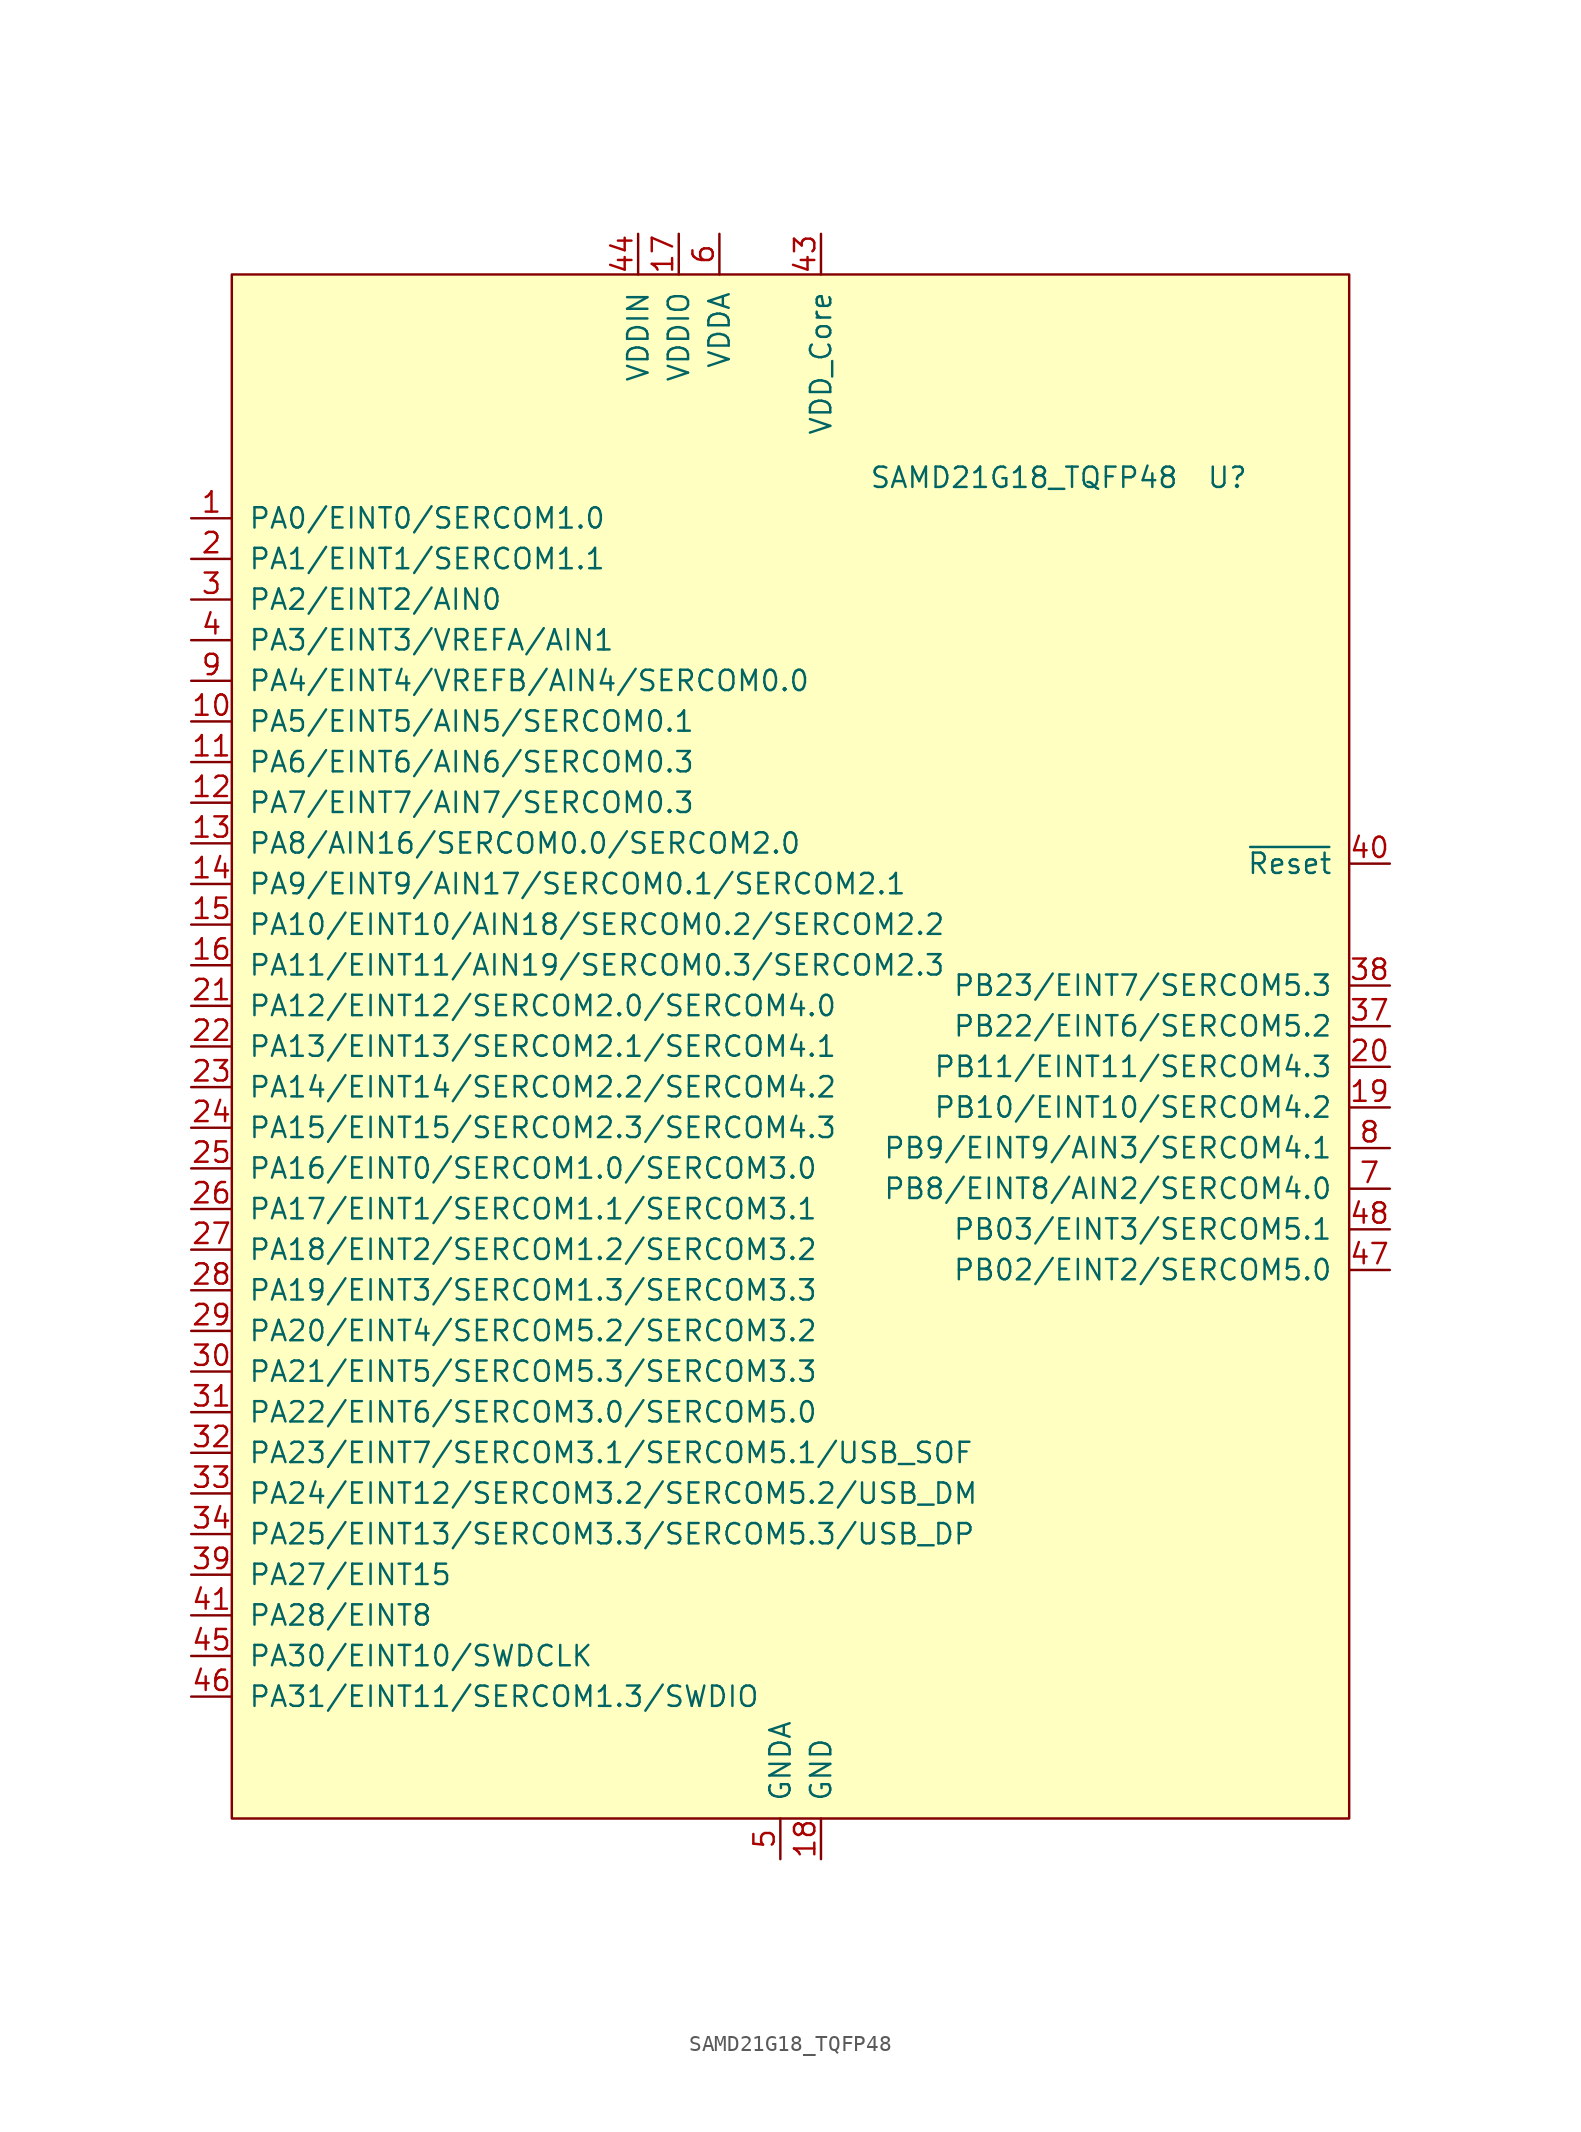
<source format=kicad_sym>
(kicad_symbol_lib
  (version 20210619)
  (generator kicad_symbol_editor)
  (symbol "Maxted Libs:SAMD21G18_TQFP48"
    (pin_names
      (offset 1.016))
    (property "Reference" "U"
      (at 27.94 39.37 0)
      (effects (font (size 1.27 1.27))))
    (property "Value" "SAMD21G18_TQFP48"
      (at 15.24 39.37 0)
      (effects (font (size 1.27 1.27))))
    (symbol "SAMD21G18_TQFP48_0_1"
      (rectangle (start -34.29 -44.45) (end 35.56 52.07) (stroke (width 0)) (fill (type background))))
    (symbol "SAMD21G18_TQFP48_1_1"
      (pin passive line (at -36.83 36.83 0) (length 2.54) (name "PA0/EINT0/SERCOM1.0" (effects (font (size 1.27 1.27)))) (number "1" (effects (font (size 1.27 1.27)))))
      (pin passive line (at -36.83 24.13 0) (length 2.54) (name "PA5/EINT5/AIN5/SERCOM0.1" (effects (font (size 1.27 1.27)))) (number "10" (effects (font (size 1.27 1.27)))))
      (pin passive line (at -36.83 21.59 0) (length 2.54) (name "PA6/EINT6/AIN6/SERCOM0.3" (effects (font (size 1.27 1.27)))) (number "11" (effects (font (size 1.27 1.27)))))
      (pin passive line (at -36.83 19.05 0) (length 2.54) (name "PA7/EINT7/AIN7/SERCOM0.3" (effects (font (size 1.27 1.27)))) (number "12" (effects (font (size 1.27 1.27)))))
      (pin passive line (at -36.83 16.51 0) (length 2.54) (name "PA8/AIN16/SERCOM0.0/SERCOM2.0" (effects (font (size 1.27 1.27)))) (number "13" (effects (font (size 1.27 1.27)))))
      (pin passive line (at -36.83 13.97 0) (length 2.54) (name "PA9/EINT9/AIN17/SERCOM0.1/SERCOM2.1" (effects (font (size 1.27 1.27)))) (number "14" (effects (font (size 1.27 1.27)))))
      (pin passive line (at -36.83 11.43 0) (length 2.54) (name "PA10/EINT10/AIN18/SERCOM0.2/SERCOM2.2" (effects (font (size 1.27 1.27)))) (number "15" (effects (font (size 1.27 1.27)))))
      (pin passive line (at -36.83 8.89 0) (length 2.54) (name "PA11/EINT11/AIN19/SERCOM0.3/SERCOM2.3" (effects (font (size 1.27 1.27)))) (number "16" (effects (font (size 1.27 1.27)))))
      (pin power_in line (at -6.35 54.61 270) (length 2.54) (name "VDDIO" (effects (font (size 1.27 1.27)))) (number "17" (effects (font (size 1.27 1.27)))))
      (pin power_in line (at 2.54 -46.99 90) (length 2.54) (name "GND" (effects (font (size 1.27 1.27)))) (number "18" (effects (font (size 1.27 1.27)))))
      (pin passive line (at 38.1 0 180) (length 2.54) (name "PB10/EINT10/SERCOM4.2" (effects (font (size 1.27 1.27)))) (number "19" (effects (font (size 1.27 1.27)))))
      (pin passive line (at -36.83 34.29 0) (length 2.54) (name "PA1/EINT1/SERCOM1.1" (effects (font (size 1.27 1.27)))) (number "2" (effects (font (size 1.27 1.27)))))
      (pin passive line (at 38.1 2.54 180) (length 2.54) (name "PB11/EINT11/SERCOM4.3" (effects (font (size 1.27 1.27)))) (number "20" (effects (font (size 1.27 1.27)))))
      (pin passive line (at -36.83 6.35 0) (length 2.54) (name "PA12/EINT12/SERCOM2.0/SERCOM4.0" (effects (font (size 1.27 1.27)))) (number "21" (effects (font (size 1.27 1.27)))))
      (pin passive line (at -36.83 3.81 0) (length 2.54) (name "PA13/EINT13/SERCOM2.1/SERCOM4.1" (effects (font (size 1.27 1.27)))) (number "22" (effects (font (size 1.27 1.27)))))
      (pin passive line (at -36.83 1.27 0) (length 2.54) (name "PA14/EINT14/SERCOM2.2/SERCOM4.2" (effects (font (size 1.27 1.27)))) (number "23" (effects (font (size 1.27 1.27)))))
      (pin passive line (at -36.83 -1.27 0) (length 2.54) (name "PA15/EINT15/SERCOM2.3/SERCOM4.3" (effects (font (size 1.27 1.27)))) (number "24" (effects (font (size 1.27 1.27)))))
      (pin passive line (at -36.83 -3.81 0) (length 2.54) (name "PA16/EINT0/SERCOM1.0/SERCOM3.0" (effects (font (size 1.27 1.27)))) (number "25" (effects (font (size 1.27 1.27)))))
      (pin passive line (at -36.83 -6.35 0) (length 2.54) (name "PA17/EINT1/SERCOM1.1/SERCOM3.1" (effects (font (size 1.27 1.27)))) (number "26" (effects (font (size 1.27 1.27)))))
      (pin passive line (at -36.83 -8.89 0) (length 2.54) (name "PA18/EINT2/SERCOM1.2/SERCOM3.2" (effects (font (size 1.27 1.27)))) (number "27" (effects (font (size 1.27 1.27)))))
      (pin passive line (at -36.83 -11.43 0) (length 2.54) (name "PA19/EINT3/SERCOM1.3/SERCOM3.3" (effects (font (size 1.27 1.27)))) (number "28" (effects (font (size 1.27 1.27)))))
      (pin passive line (at -36.83 -13.97 0) (length 2.54) (name "PA20/EINT4/SERCOM5.2/SERCOM3.2" (effects (font (size 1.27 1.27)))) (number "29" (effects (font (size 1.27 1.27)))))
      (pin passive line (at -36.83 31.75 0) (length 2.54) (name "PA2/EINT2/AIN0" (effects (font (size 1.27 1.27)))) (number "3" (effects (font (size 1.27 1.27)))))
      (pin passive line (at -36.83 -16.51 0) (length 2.54) (name "PA21/EINT5/SERCOM5.3/SERCOM3.3" (effects (font (size 1.27 1.27)))) (number "30" (effects (font (size 1.27 1.27)))))
      (pin passive line (at -36.83 -19.05 0) (length 2.54) (name "PA22/EINT6/SERCOM3.0/SERCOM5.0" (effects (font (size 1.27 1.27)))) (number "31" (effects (font (size 1.27 1.27)))))
      (pin passive line (at -36.83 -21.59 0) (length 2.54) (name "PA23/EINT7/SERCOM3.1/SERCOM5.1/USB_SOF" (effects (font (size 1.27 1.27)))) (number "32" (effects (font (size 1.27 1.27)))))
      (pin passive line (at -36.83 -24.13 0) (length 2.54) (name "PA24/EINT12/SERCOM3.2/SERCOM5.2/USB_DM" (effects (font (size 1.27 1.27)))) (number "33" (effects (font (size 1.27 1.27)))))
      (pin passive line (at -36.83 -26.67 0) (length 2.54) (name "PA25/EINT13/SERCOM3.3/SERCOM5.3/USB_DP" (effects (font (size 1.27 1.27)))) (number "34" (effects (font (size 1.27 1.27)))))
      (pin passive line (at 2.54 -46.99 90) (length 2.54) hide (name "GND" (effects (font (size 1.27 1.27)))) (number "35" (effects (font (size 1.27 1.27)))))
      (pin passive line (at -6.35 54.61 270) (length 2.54) hide (name "VDDIO" (effects (font (size 1.27 1.27)))) (number "36" (effects (font (size 1.27 1.27)))))
      (pin passive line (at 38.1 5.08 180) (length 2.54) (name "PB22/EINT6/SERCOM5.2" (effects (font (size 1.27 1.27)))) (number "37" (effects (font (size 1.27 1.27)))))
      (pin passive line (at 38.1 7.62 180) (length 2.54) (name "PB23/EINT7/SERCOM5.3" (effects (font (size 1.27 1.27)))) (number "38" (effects (font (size 1.27 1.27)))))
      (pin passive line (at -36.83 -29.21 0) (length 2.54) (name "PA27/EINT15" (effects (font (size 1.27 1.27)))) (number "39" (effects (font (size 1.27 1.27)))))
      (pin passive line (at -36.83 29.21 0) (length 2.54) (name "PA3/EINT3/VREFA/AIN1" (effects (font (size 1.27 1.27)))) (number "4" (effects (font (size 1.27 1.27)))))
      (pin input line (at 38.1 15.24 180) (length 2.54) (name "~{Reset}" (effects (font (size 1.27 1.27)))) (number "40" (effects (font (size 1.27 1.27)))))
      (pin passive line (at -36.83 -31.75 0) (length 2.54) (name "PA28/EINT8" (effects (font (size 1.27 1.27)))) (number "41" (effects (font (size 1.27 1.27)))))
      (pin passive line (at 2.54 -46.99 90) (length 2.54) hide (name "GND" (effects (font (size 1.27 1.27)))) (number "42" (effects (font (size 1.27 1.27)))))
      (pin power_out line (at 2.54 54.61 270) (length 2.54) (name "VDD_Core" (effects (font (size 1.27 1.27)))) (number "43" (effects (font (size 1.27 1.27)))))
      (pin power_in line (at -8.89 54.61 270) (length 2.54) (name "VDDIN" (effects (font (size 1.27 1.27)))) (number "44" (effects (font (size 1.27 1.27)))))
      (pin passive line (at -36.83 -34.29 0) (length 2.54) (name "PA30/EINT10/SWDCLK" (effects (font (size 1.27 1.27)))) (number "45" (effects (font (size 1.27 1.27)))))
      (pin passive line (at -36.83 -36.83 0) (length 2.54) (name "PA31/EINT11/SERCOM1.3/SWDIO" (effects (font (size 1.27 1.27)))) (number "46" (effects (font (size 1.27 1.27)))))
      (pin passive line (at 38.1 -10.16 180) (length 2.54) (name "PB02/EINT2/SERCOM5.0" (effects (font (size 1.27 1.27)))) (number "47" (effects (font (size 1.27 1.27)))))
      (pin passive line (at 38.1 -7.62 180) (length 2.54) (name "PB03/EINT3/SERCOM5.1" (effects (font (size 1.27 1.27)))) (number "48" (effects (font (size 1.27 1.27)))))
      (pin power_in line (at 0 -46.99 90) (length 2.54) (name "GNDA" (effects (font (size 1.27 1.27)))) (number "5" (effects (font (size 1.27 1.27)))))
      (pin power_in line (at -3.81 54.61 270) (length 2.54) (name "VDDA" (effects (font (size 1.27 1.27)))) (number "6" (effects (font (size 1.27 1.27)))))
      (pin passive line (at 38.1 -5.08 180) (length 2.54) (name "PB8/EINT8/AIN2/SERCOM4.0" (effects (font (size 1.27 1.27)))) (number "7" (effects (font (size 1.27 1.27)))))
      (pin passive line (at 38.1 -2.54 180) (length 2.54) (name "PB9/EINT9/AIN3/SERCOM4.1" (effects (font (size 1.27 1.27)))) (number "8" (effects (font (size 1.27 1.27)))))
      (pin passive line (at -36.83 26.67 0) (length 2.54) (name "PA4/EINT4/VREFB/AIN4/SERCOM0.0" (effects (font (size 1.27 1.27)))) (number "9" (effects (font (size 1.27 1.27))))))))
</source>
